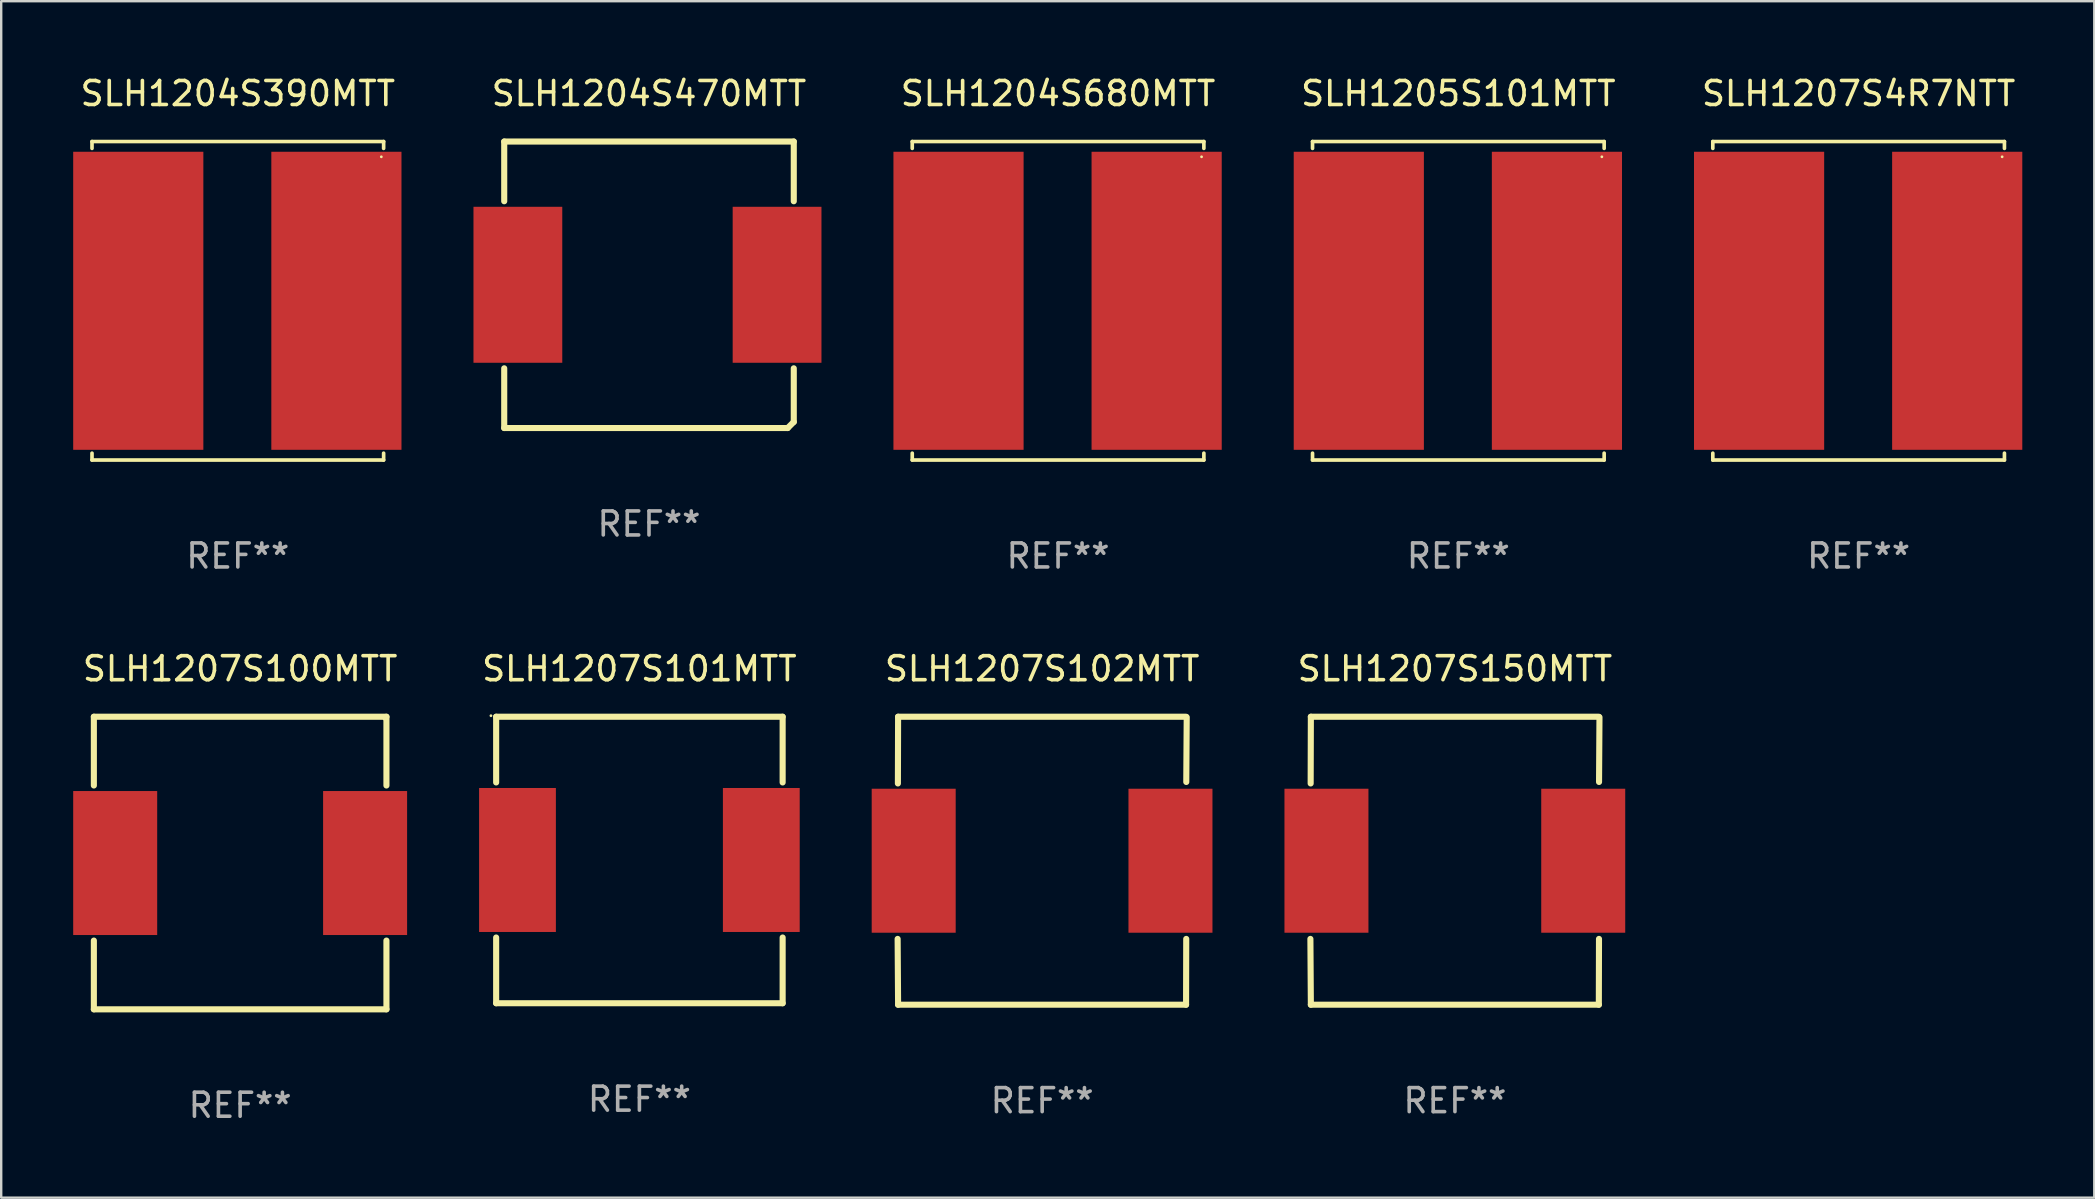
<source format=kicad_pcb>
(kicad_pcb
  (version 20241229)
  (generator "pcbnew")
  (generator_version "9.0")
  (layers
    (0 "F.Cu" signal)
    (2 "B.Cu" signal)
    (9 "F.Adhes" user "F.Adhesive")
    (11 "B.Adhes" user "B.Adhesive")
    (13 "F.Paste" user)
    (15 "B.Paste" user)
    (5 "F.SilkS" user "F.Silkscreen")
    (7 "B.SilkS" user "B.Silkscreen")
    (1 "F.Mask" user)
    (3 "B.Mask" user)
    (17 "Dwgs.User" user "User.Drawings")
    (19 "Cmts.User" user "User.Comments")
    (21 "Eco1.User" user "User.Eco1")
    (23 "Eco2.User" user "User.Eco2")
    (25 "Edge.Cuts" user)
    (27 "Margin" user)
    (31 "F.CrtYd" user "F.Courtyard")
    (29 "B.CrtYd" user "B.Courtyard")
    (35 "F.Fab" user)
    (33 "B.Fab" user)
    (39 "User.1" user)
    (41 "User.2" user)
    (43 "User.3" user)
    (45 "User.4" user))
  (footprint "SLH1207S100MTT"
    (layer "F.Cu")
    (at 6.957 32.913)
    (property "Reference" "SLH1207S100MTT" (at 0 -8.096 0) (layer "F.SilkS") (effects (font (size 1 1) (thickness 0.15))))
    (attr through_hole)
    (fp_line (start -6.096 -6.096) (end 6.096 -6.096) (stroke (width 0.254) (type solid)) (layer "F.SilkS"))
    (fp_line (start -6.096 -3.231) (end -6.096 -6.096) (stroke (width 0.254) (type solid)) (layer "F.SilkS"))
    (fp_line (start -6.096 6.096) (end -6.096 3.231) (stroke (width 0.254) (type solid)) (layer "F.SilkS"))
    (fp_line (start 6.096 -6.096) (end 6.096 -3.231) (stroke (width 0.254) (type solid)) (layer "F.SilkS"))
    (fp_line (start 6.096 3.231) (end 6.096 6.096) (stroke (width 0.254) (type solid)) (layer "F.SilkS"))
    (fp_line (start 6.096 6.096) (end -6.096 6.096) (stroke (width 0.254) (type solid)) (layer "F.SilkS"))
    (fp_circle (center 6 -6) (end 6.03 -6) (stroke (width 0.06) (type solid)) (fill no) (layer "F.SilkS"))
    (fp_text user "REF**" (at 0 10.096 0) (layer "F.Fab") (effects (font (size 1 1) (thickness 0.15))))
    (pad "1" smd rect (at 5.207 0) (size 3.5 6) (layers "F.Cu" "F.Mask" "F.Paste"))
    (pad "2" smd rect (at -5.207 0) (size 3.5 6) (layers "F.Cu" "F.Mask" "F.Paste")))
  (footprint "SLH1204S680MTT"
    (layer "F.Cu")
    (at 41.04 9.484)
    (property "Reference" "SLH1204S680MTT" (at 0 -8.636 0) (layer "F.SilkS") (effects (font (size 1 1) (thickness 0.15))))
    (attr through_hole)
    (fp_line (start -6.076 -6.636) (end -6.076 -6.35) (stroke (width 0.152) (type solid)) (layer "F.SilkS"))
    (fp_line (start -6.076 6.636) (end -6.076 6.35) (stroke (width 0.152) (type solid)) (layer "F.SilkS"))
    (fp_line (start 6.076 -6.636) (end -6.076 -6.636) (stroke (width 0.152) (type solid)) (layer "F.SilkS"))
    (fp_line (start 6.076 -6.35) (end 6.076 -6.636) (stroke (width 0.152) (type solid)) (layer "F.SilkS"))
    (fp_line (start 6.076 6.35) (end 6.076 6.636) (stroke (width 0.152) (type solid)) (layer "F.SilkS"))
    (fp_line (start 6.076 6.636) (end -6.076 6.636) (stroke (width 0.152) (type solid)) (layer "F.SilkS"))
    (fp_circle (center 5.98 -6) (end 6.01 -6) (stroke (width 0.06) (type solid)) (fill no) (layer "F.SilkS"))
    (fp_text user "REF**" (at 0 10.636 0) (layer "F.Fab") (effects (font (size 1 1) (thickness 0.15))))
    (pad "1" smd rect (at 4.108 0) (size 5.424 12.42) (layers "F.Cu" "F.Mask" "F.Paste"))
    (pad "2" smd rect (at -4.148 0) (size 5.424 12.42) (layers "F.Cu" "F.Mask" "F.Paste")))
  (footprint "SLH1204S470MTT"
    (layer "F.Cu")
    (at 23.994 8.817)
    (property "Reference" "SLH1204S470MTT" (at 0 -7.969 0) (layer "F.SilkS") (effects (font (size 1 1) (thickness 0.15))))
    (attr through_hole)
    (fp_line (start -6.033 -5.969) (end 6.033 -5.969) (stroke (width 0.254) (type solid)) (layer "F.SilkS"))
    (fp_line (start -6.033 -3.481) (end -6.033 -5.969) (stroke (width 0.254) (type solid)) (layer "F.SilkS"))
    (fp_line (start -6.033 5.969) (end -6.033 3.481) (stroke (width 0.254) (type solid)) (layer "F.SilkS"))
    (fp_line (start 5.779 5.969) (end -6.033 5.969) (stroke (width 0.254) (type solid)) (layer "F.SilkS"))
    (fp_line (start 6.033 -5.969) (end 6.033 -3.481) (stroke (width 0.254) (type solid)) (layer "F.SilkS"))
    (fp_line (start 6.033 3.481) (end 6.033 5.715) (stroke (width 0.254) (type solid)) (layer "F.SilkS"))
    (fp_line (start 6.033 5.715) (end 5.779 5.969) (stroke (width 0.254) (type solid)) (layer "F.SilkS"))
    (fp_circle (center 5.936 -6) (end 5.966 -6) (stroke (width 0.06) (type solid)) (fill no) (layer "F.SilkS"))
    (fp_text user "REF**" (at 0 9.969 0) (layer "F.Fab") (effects (font (size 1 1) (thickness 0.15))))
    (pad "1" smd rect (at 5.337 0) (size 3.7 6.5) (layers "F.Cu" "F.Mask" "F.Paste"))
    (pad "2" smd rect (at -5.464 0) (size 3.7 6.5) (layers "F.Cu" "F.Mask" "F.Paste")))
  (footprint "SLH1204S390MTT"
    (layer "F.Cu")
    (at 6.86 9.484)
    (property "Reference" "SLH1204S390MTT" (at 0 -8.636 0) (layer "F.SilkS") (effects (font (size 1 1) (thickness 0.15))))
    (attr through_hole)
    (fp_line (start -6.076 -6.636) (end -6.076 -6.35) (stroke (width 0.152) (type solid)) (layer "F.SilkS"))
    (fp_line (start -6.076 6.636) (end -6.076 6.35) (stroke (width 0.152) (type solid)) (layer "F.SilkS"))
    (fp_line (start 6.076 -6.636) (end -6.076 -6.636) (stroke (width 0.152) (type solid)) (layer "F.SilkS"))
    (fp_line (start 6.076 -6.35) (end 6.076 -6.636) (stroke (width 0.152) (type solid)) (layer "F.SilkS"))
    (fp_line (start 6.076 6.35) (end 6.076 6.636) (stroke (width 0.152) (type solid)) (layer "F.SilkS"))
    (fp_line (start 6.076 6.636) (end -6.076 6.636) (stroke (width 0.152) (type solid)) (layer "F.SilkS"))
    (fp_circle (center 5.98 -6) (end 6.01 -6) (stroke (width 0.06) (type solid)) (fill no) (layer "F.SilkS"))
    (fp_text user "REF**" (at 0 10.636 0) (layer "F.Fab") (effects (font (size 1 1) (thickness 0.15))))
    (pad "1" smd rect (at 4.108 0) (size 5.424 12.42) (layers "F.Cu" "F.Mask" "F.Paste"))
    (pad "2" smd rect (at -4.148 0) (size 5.424 12.42) (layers "F.Cu" "F.Mask" "F.Paste")))
  (footprint "SLH1207S4R7NTT"
    (layer "F.Cu")
    (at 74.4 9.484)
    (property "Reference" "SLH1207S4R7NTT" (at 0 -8.636 0) (layer "F.SilkS") (effects (font (size 1 1) (thickness 0.15))))
    (attr through_hole)
    (fp_line (start -6.076 -6.636) (end -6.076 -6.35) (stroke (width 0.152) (type solid)) (layer "F.SilkS"))
    (fp_line (start -6.076 6.636) (end -6.076 6.35) (stroke (width 0.152) (type solid)) (layer "F.SilkS"))
    (fp_line (start 6.076 -6.636) (end -6.076 -6.636) (stroke (width 0.152) (type solid)) (layer "F.SilkS"))
    (fp_line (start 6.076 -6.35) (end 6.076 -6.636) (stroke (width 0.152) (type solid)) (layer "F.SilkS"))
    (fp_line (start 6.076 6.35) (end 6.076 6.636) (stroke (width 0.152) (type solid)) (layer "F.SilkS"))
    (fp_line (start 6.076 6.636) (end -6.076 6.636) (stroke (width 0.152) (type solid)) (layer "F.SilkS"))
    (fp_circle (center 5.98 -6) (end 6.01 -6) (stroke (width 0.06) (type solid)) (fill no) (layer "F.SilkS"))
    (fp_text user "REF**" (at 0 10.636 0) (layer "F.Fab") (effects (font (size 1 1) (thickness 0.15))))
    (pad "1" smd rect (at 4.108 0) (size 5.424 12.42) (layers "F.Cu" "F.Mask" "F.Paste"))
    (pad "2" smd rect (at -4.148 0) (size 5.424 12.42) (layers "F.Cu" "F.Mask" "F.Paste")))
  (footprint "SLH1207S150MTT"
    (layer "F.Cu")
    (at 57.578 32.817)
    (property "Reference" "SLH1207S150MTT" (at 0 -8 0) (layer "F.SilkS") (effects (font (size 1 1) (thickness 0.15))))
    (attr through_hole)
    (fp_line (start -6.012 -3.22) (end -6.004 -6) (stroke (width 0.254) (type solid)) (layer "F.SilkS"))
    (fp_line (start -6.004 -6) (end 5.996 -6) (stroke (width 0.254) (type solid)) (layer "F.SilkS"))
    (fp_line (start -6.004 6) (end -6.023 3.258) (stroke (width 0.254) (type solid)) (layer "F.SilkS"))
    (fp_line (start -6.004 6) (end 5.996 6) (stroke (width 0.254) (type solid)) (layer "F.SilkS"))
    (fp_line (start 5.996 6) (end 6.003 3.258) (stroke (width 0.254) (type solid)) (layer "F.SilkS"))
    (fp_line (start 6.005 -3.282) (end 6.023 -5.98) (stroke (width 0.254) (type solid)) (layer "F.SilkS"))
    (fp_circle (center -6.004 6) (end -5.974 6) (stroke (width 0.06) (type solid)) (fill no) (layer "F.SilkS"))
    (fp_text user "REF**" (at 0 10 0) (layer "F.Fab") (effects (font (size 1 1) (thickness 0.15))))
    (pad "1" smd rect (at -5.354 0) (size 3.5 6) (layers "F.Cu" "F.Mask" "F.Paste"))
    (pad "2" smd rect (at 5.346 0) (size 3.5 6) (layers "F.Cu" "F.Mask" "F.Paste")))
  (footprint "SLH1207S102MTT"
    (layer "F.Cu")
    (at 40.378 32.817)
    (property "Reference" "SLH1207S102MTT" (at 0 -8 0) (layer "F.SilkS") (effects (font (size 1 1) (thickness 0.15))))
    (attr through_hole)
    (fp_line (start -6.012 -3.22) (end -6.004 -6) (stroke (width 0.254) (type solid)) (layer "F.SilkS"))
    (fp_line (start -6.004 -6) (end 5.996 -6) (stroke (width 0.254) (type solid)) (layer "F.SilkS"))
    (fp_line (start -6.004 6) (end -6.023 3.258) (stroke (width 0.254) (type solid)) (layer "F.SilkS"))
    (fp_line (start -6.004 6) (end 5.996 6) (stroke (width 0.254) (type solid)) (layer "F.SilkS"))
    (fp_line (start 5.996 6) (end 6.003 3.258) (stroke (width 0.254) (type solid)) (layer "F.SilkS"))
    (fp_line (start 6.005 -3.282) (end 6.023 -5.98) (stroke (width 0.254) (type solid)) (layer "F.SilkS"))
    (fp_circle (center -6.004 6) (end -5.974 6) (stroke (width 0.06) (type solid)) (fill no) (layer "F.SilkS"))
    (fp_text user "REF**" (at 0 10 0) (layer "F.Fab") (effects (font (size 1 1) (thickness 0.15))))
    (pad "1" smd rect (at -5.354 0) (size 3.5 6) (layers "F.Cu" "F.Mask" "F.Paste"))
    (pad "2" smd rect (at 5.346 0) (size 3.5 6) (layers "F.Cu" "F.Mask" "F.Paste")))
  (footprint "SLH1207S101MTT"
    (layer "F.Cu")
    (at 23.594 32.786)
    (property "Reference" "SLH1207S101MTT" (at 0 -7.969 0) (layer "F.SilkS") (effects (font (size 1 1) (thickness 0.15))))
    (attr through_hole)
    (fp_line (start -5.969 -5.969) (end -5.969 -3.231) (stroke (width 0.254) (type solid)) (layer "F.SilkS"))
    (fp_line (start -5.969 3.231) (end -5.969 5.969) (stroke (width 0.254) (type solid)) (layer "F.SilkS"))
    (fp_line (start -5.969 5.969) (end 5.969 5.969) (stroke (width 0.254) (type solid)) (layer "F.SilkS"))
    (fp_line (start 5.969 -5.969) (end -5.969 -5.969) (stroke (width 0.254) (type solid)) (layer "F.SilkS"))
    (fp_line (start 5.969 -3.231) (end 5.969 -5.969) (stroke (width 0.254) (type solid)) (layer "F.SilkS"))
    (fp_line (start 5.969 5.969) (end 5.969 3.231) (stroke (width 0.254) (type solid)) (layer "F.SilkS"))
    (fp_circle (center -6.186 -6.012) (end -6.156 -6.012) (stroke (width 0.06) (type solid)) (fill no) (layer "F.SilkS"))
    (fp_text user "REF**" (at 0 9.969 0) (layer "F.Fab") (effects (font (size 1 1) (thickness 0.15))))
    (pad "1" smd rect (at -5.08 0 270) (size 6 3.2) (layers "F.Cu" "F.Mask" "F.Paste"))
    (pad "2" smd rect (at 5.08 0 270) (size 6 3.2) (layers "F.Cu" "F.Mask" "F.Paste")))
  (footprint "SLH1205S101MTT"
    (layer "F.Cu")
    (at 57.72 9.484)
    (property "Reference" "SLH1205S101MTT" (at 0 -8.636 0) (layer "F.SilkS") (effects (font (size 1 1) (thickness 0.15))))
    (attr through_hole)
    (fp_line (start -6.076 -6.636) (end -6.076 -6.35) (stroke (width 0.152) (type solid)) (layer "F.SilkS"))
    (fp_line (start -6.076 6.636) (end -6.076 6.35) (stroke (width 0.152) (type solid)) (layer "F.SilkS"))
    (fp_line (start 6.076 -6.636) (end -6.076 -6.636) (stroke (width 0.152) (type solid)) (layer "F.SilkS"))
    (fp_line (start 6.076 -6.35) (end 6.076 -6.636) (stroke (width 0.152) (type solid)) (layer "F.SilkS"))
    (fp_line (start 6.076 6.35) (end 6.076 6.636) (stroke (width 0.152) (type solid)) (layer "F.SilkS"))
    (fp_line (start 6.076 6.636) (end -6.076 6.636) (stroke (width 0.152) (type solid)) (layer "F.SilkS"))
    (fp_circle (center 5.98 -6) (end 6.01 -6) (stroke (width 0.06) (type solid)) (fill no) (layer "F.SilkS"))
    (fp_text user "REF**" (at 0 10.636 0) (layer "F.Fab") (effects (font (size 1 1) (thickness 0.15))))
    (pad "1" smd rect (at 4.108 0) (size 5.424 12.42) (layers "F.Cu" "F.Mask" "F.Paste"))
    (pad "2" smd rect (at -4.148 0) (size 5.424 12.42) (layers "F.Cu" "F.Mask" "F.Paste")))
  (gr_rect
    (start -3 -3)
    (end 84.22 46.857)
    (stroke (width 0.1) (type default))
    (fill no)
    (layer "Edge.Cuts")))
</source>
